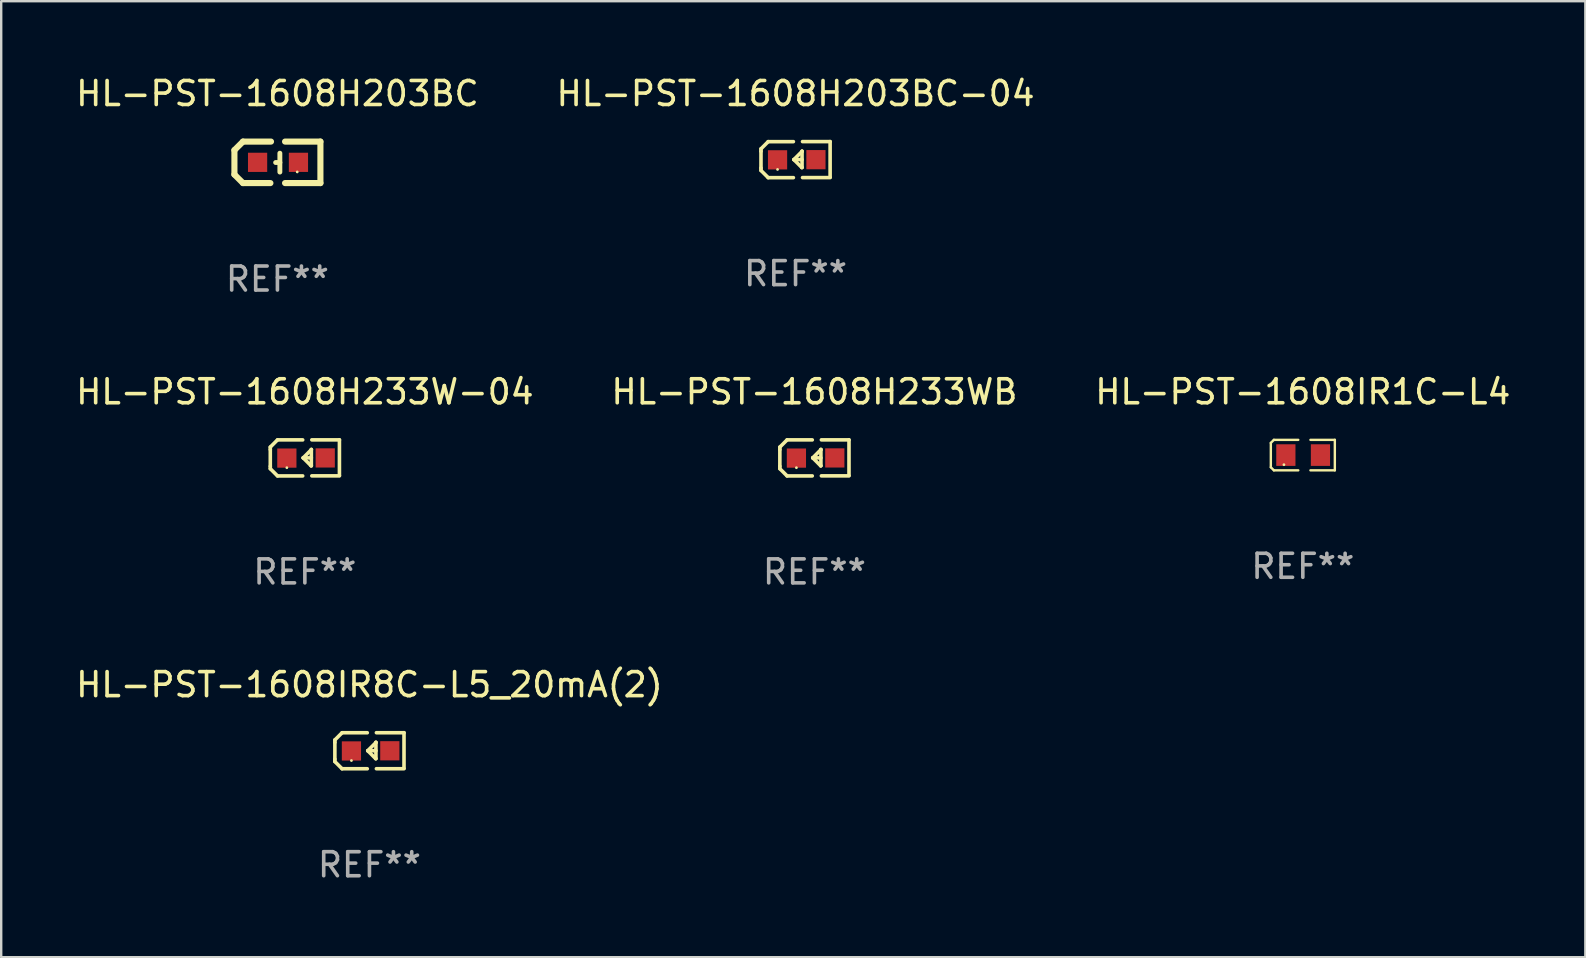
<source format=kicad_pcb>
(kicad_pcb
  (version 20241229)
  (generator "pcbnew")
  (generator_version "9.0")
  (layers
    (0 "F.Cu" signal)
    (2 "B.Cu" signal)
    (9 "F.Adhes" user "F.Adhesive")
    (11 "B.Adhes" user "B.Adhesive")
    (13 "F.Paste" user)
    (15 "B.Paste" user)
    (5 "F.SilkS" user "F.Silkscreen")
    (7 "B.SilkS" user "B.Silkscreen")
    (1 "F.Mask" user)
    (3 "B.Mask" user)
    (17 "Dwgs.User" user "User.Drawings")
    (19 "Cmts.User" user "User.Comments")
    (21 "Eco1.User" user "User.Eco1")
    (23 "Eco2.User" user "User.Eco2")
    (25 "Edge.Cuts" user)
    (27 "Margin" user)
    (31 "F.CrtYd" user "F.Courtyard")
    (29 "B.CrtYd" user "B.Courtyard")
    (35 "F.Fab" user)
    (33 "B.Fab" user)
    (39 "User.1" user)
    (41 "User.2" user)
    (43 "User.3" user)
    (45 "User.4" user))
  (footprint "HL-PST-1608IR8C-L5_20mA(2)"
    (layer "F.Cu")
    (at 12.339 28.222)
    (property "Reference" "HL-PST-1608IR8C-L5_20mA(2)" (at 0 -2.751 0) (layer "F.SilkS") (effects (font (size 1 1) (thickness 0.15))))
    (attr through_hole)
    (fp_line (start -1.44 -0.449) (end -1.14 -0.749) (stroke (width 0.15) (type solid)) (layer "F.SilkS"))
    (fp_line (start -1.44 -0.349) (end -1.44 -0.449) (stroke (width 0.15) (type solid)) (layer "F.SilkS"))
    (fp_line (start -1.44 -0.349) (end -1.44 0.351) (stroke (width 0.15) (type solid)) (layer "F.SilkS"))
    (fp_line (start -1.44 0.351) (end -1.44 0.451) (stroke (width 0.15) (type solid)) (layer "F.SilkS"))
    (fp_line (start -1.44 0.451) (end -1.14 0.751) (stroke (width 0.15) (type solid)) (layer "F.SilkS"))
    (fp_line (start -0.09 -0.749) (end -1.14 -0.749) (stroke (width 0.15) (type solid)) (layer "F.SilkS"))
    (fp_line (start -0.09 0.751) (end -1.14 0.751) (stroke (width 0.15) (type solid)) (layer "F.SilkS"))
    (fp_line (start 0.26 0.329) (end -0.07 -0.001) (stroke (width 0.15) (type solid)) (layer "F.SilkS"))
    (fp_line (start 0.27 -0.351) (end 0.27 -0.341) (stroke (width 0.15) (type solid)) (layer "F.SilkS"))
    (fp_line (start 0.27 -0.351) (end 0.27 0.329) (stroke (width 0.15) (type solid)) (layer "F.SilkS"))
    (fp_line (start 0.27 -0.341) (end -0.07 -0.001) (stroke (width 0.15) (type solid)) (layer "F.SilkS"))
    (fp_line (start 0.27 -0.001) (end -0.07 -0.001) (stroke (width 0.15) (type solid)) (layer "F.SilkS"))
    (fp_line (start 0.27 0.329) (end 0.26 0.329) (stroke (width 0.15) (type solid)) (layer "F.SilkS"))
    (fp_line (start 0.29 -0.751) (end 1.44 -0.751) (stroke (width 0.15) (type solid)) (layer "F.SilkS"))
    (fp_line (start 0.29 0.749) (end 1.44 0.749) (stroke (width 0.15) (type solid)) (layer "F.SilkS"))
    (fp_line (start 1.44 -0.751) (end 1.44 0.729) (stroke (width 0.15) (type solid)) (layer "F.SilkS"))
    (fp_circle (center -0.75 0.409) (end -0.72 0.409) (stroke (width 0.06) (type solid)) (fill no) (layer "F.SilkS"))
    (fp_text user "REF**" (at 0 4.751 0) (layer "F.Fab") (effects (font (size 1 1) (thickness 0.15))))
    (pad "1" smd rect (at -0.75 0.009 90) (size 0.8 0.8) (layers "F.Cu" "F.Mask" "F.Paste"))
    (pad "2" smd rect (at 0.849 0.002 90) (size 0.8 0.8) (layers "F.Cu" "F.Mask" "F.Paste")))
  (footprint "HL-PST-1608H203BC-04"
    (layer "F.Cu")
    (at 30.089 3.599)
    (property "Reference" "HL-PST-1608H203BC-04" (at 0 -2.751 0) (layer "F.SilkS") (effects (font (size 1 1) (thickness 0.15))))
    (attr through_hole)
    (fp_line (start -1.44 -0.449) (end -1.14 -0.749) (stroke (width 0.15) (type solid)) (layer "F.SilkS"))
    (fp_line (start -1.44 -0.349) (end -1.44 -0.449) (stroke (width 0.15) (type solid)) (layer "F.SilkS"))
    (fp_line (start -1.44 -0.349) (end -1.44 0.351) (stroke (width 0.15) (type solid)) (layer "F.SilkS"))
    (fp_line (start -1.44 0.351) (end -1.44 0.451) (stroke (width 0.15) (type solid)) (layer "F.SilkS"))
    (fp_line (start -1.44 0.451) (end -1.14 0.751) (stroke (width 0.15) (type solid)) (layer "F.SilkS"))
    (fp_line (start -0.09 -0.749) (end -1.14 -0.749) (stroke (width 0.15) (type solid)) (layer "F.SilkS"))
    (fp_line (start -0.09 0.751) (end -1.14 0.751) (stroke (width 0.15) (type solid)) (layer "F.SilkS"))
    (fp_line (start 0.26 0.329) (end -0.07 -0.001) (stroke (width 0.15) (type solid)) (layer "F.SilkS"))
    (fp_line (start 0.27 -0.351) (end 0.27 -0.341) (stroke (width 0.15) (type solid)) (layer "F.SilkS"))
    (fp_line (start 0.27 -0.351) (end 0.27 0.329) (stroke (width 0.15) (type solid)) (layer "F.SilkS"))
    (fp_line (start 0.27 -0.341) (end -0.07 -0.001) (stroke (width 0.15) (type solid)) (layer "F.SilkS"))
    (fp_line (start 0.27 -0.001) (end -0.07 -0.001) (stroke (width 0.15) (type solid)) (layer "F.SilkS"))
    (fp_line (start 0.27 0.329) (end 0.26 0.329) (stroke (width 0.15) (type solid)) (layer "F.SilkS"))
    (fp_line (start 0.29 -0.751) (end 1.44 -0.751) (stroke (width 0.15) (type solid)) (layer "F.SilkS"))
    (fp_line (start 0.29 0.749) (end 1.44 0.749) (stroke (width 0.15) (type solid)) (layer "F.SilkS"))
    (fp_line (start 1.44 -0.751) (end 1.44 0.729) (stroke (width 0.15) (type solid)) (layer "F.SilkS"))
    (fp_circle (center -0.75 0.409) (end -0.72 0.409) (stroke (width 0.06) (type solid)) (fill no) (layer "F.SilkS"))
    (fp_text user "REF**" (at 0 4.751 0) (layer "F.Fab") (effects (font (size 1 1) (thickness 0.15))))
    (pad "1" smd rect (at -0.75 0.009 90) (size 0.8 0.8) (layers "F.Cu" "F.Mask" "F.Paste"))
    (pad "2" smd rect (at 0.849 0.002 90) (size 0.8 0.8) (layers "F.Cu" "F.Mask" "F.Paste")))
  (footprint "HL-PST-1608H233W-04"
    (layer "F.Cu")
    (at 9.649 16.023)
    (property "Reference" "HL-PST-1608H233W-04" (at 0 -2.751 0) (layer "F.SilkS") (effects (font (size 1 1) (thickness 0.15))))
    (attr through_hole)
    (fp_line (start -1.44 -0.449) (end -1.14 -0.749) (stroke (width 0.15) (type solid)) (layer "F.SilkS"))
    (fp_line (start -1.44 -0.349) (end -1.44 -0.449) (stroke (width 0.15) (type solid)) (layer "F.SilkS"))
    (fp_line (start -1.44 -0.349) (end -1.44 0.351) (stroke (width 0.15) (type solid)) (layer "F.SilkS"))
    (fp_line (start -1.44 0.351) (end -1.44 0.451) (stroke (width 0.15) (type solid)) (layer "F.SilkS"))
    (fp_line (start -1.44 0.451) (end -1.14 0.751) (stroke (width 0.15) (type solid)) (layer "F.SilkS"))
    (fp_line (start -0.09 -0.749) (end -1.14 -0.749) (stroke (width 0.15) (type solid)) (layer "F.SilkS"))
    (fp_line (start -0.09 0.751) (end -1.14 0.751) (stroke (width 0.15) (type solid)) (layer "F.SilkS"))
    (fp_line (start 0.26 0.329) (end -0.07 -0.001) (stroke (width 0.15) (type solid)) (layer "F.SilkS"))
    (fp_line (start 0.27 -0.351) (end 0.27 -0.341) (stroke (width 0.15) (type solid)) (layer "F.SilkS"))
    (fp_line (start 0.27 -0.351) (end 0.27 0.329) (stroke (width 0.15) (type solid)) (layer "F.SilkS"))
    (fp_line (start 0.27 -0.341) (end -0.07 -0.001) (stroke (width 0.15) (type solid)) (layer "F.SilkS"))
    (fp_line (start 0.27 -0.001) (end -0.07 -0.001) (stroke (width 0.15) (type solid)) (layer "F.SilkS"))
    (fp_line (start 0.27 0.329) (end 0.26 0.329) (stroke (width 0.15) (type solid)) (layer "F.SilkS"))
    (fp_line (start 0.29 -0.751) (end 1.44 -0.751) (stroke (width 0.15) (type solid)) (layer "F.SilkS"))
    (fp_line (start 0.29 0.749) (end 1.44 0.749) (stroke (width 0.15) (type solid)) (layer "F.SilkS"))
    (fp_line (start 1.44 -0.751) (end 1.44 0.729) (stroke (width 0.15) (type solid)) (layer "F.SilkS"))
    (fp_circle (center -0.75 0.409) (end -0.72 0.409) (stroke (width 0.06) (type solid)) (fill no) (layer "F.SilkS"))
    (fp_text user "REF**" (at 0 4.751 0) (layer "F.Fab") (effects (font (size 1 1) (thickness 0.15))))
    (pad "1" smd rect (at -0.75 0.009 90) (size 0.8 0.8) (layers "F.Cu" "F.Mask" "F.Paste"))
    (pad "2" smd rect (at 0.849 0.002 90) (size 0.8 0.8) (layers "F.Cu" "F.Mask" "F.Paste")))
  (footprint "HL-PST-1608H203BC"
    (layer "F.Cu")
    (at 8.506 3.712)
    (property "Reference" "HL-PST-1608H203BC" (at 0 -2.864 0) (layer "F.SilkS") (effects (font (size 1 1) (thickness 0.15))))
    (attr through_hole)
    (fp_line (start -1.791 -0.508) (end -1.435 -0.864) (stroke (width 0.254) (type solid)) (layer "F.SilkS"))
    (fp_line (start -1.791 0.508) (end -1.791 -0.508) (stroke (width 0.254) (type solid)) (layer "F.SilkS"))
    (fp_line (start -1.435 0.864) (end -1.791 0.508) (stroke (width 0.254) (type solid)) (layer "F.SilkS"))
    (fp_line (start -0.292 0.864) (end -1.435 0.864) (stroke (width 0.254) (type solid)) (layer "F.SilkS"))
    (fp_line (start -0.267 -0.864) (end -1.435 -0.864) (stroke (width 0.254) (type solid)) (layer "F.SilkS"))
    (fp_line (start 0.102 0.008) (end -0.074 0.008) (stroke (width 0.203) (type solid)) (layer "F.SilkS"))
    (fp_line (start 0.102 0.406) (end 0.102 -0.381) (stroke (width 0.203) (type solid)) (layer "F.SilkS"))
    (fp_line (start 1.791 -0.864) (end 0.318 -0.864) (stroke (width 0.254) (type solid)) (layer "F.SilkS"))
    (fp_line (start 1.791 0.864) (end 0.318 0.864) (stroke (width 0.254) (type solid)) (layer "F.SilkS"))
    (fp_line (start 1.791 0.864) (end 1.791 -0.864) (stroke (width 0.254) (type solid)) (layer "F.SilkS"))
    (fp_circle (center 0.825 0.4) (end 0.855 0.4) (stroke (width 0.06) (type solid)) (fill no) (layer "F.SilkS"))
    (fp_text user "REF**" (at 0 4.864 0) (layer "F.Fab") (effects (font (size 1 1) (thickness 0.15))))
    (pad "1" smd rect (at 0.876 0 90) (size 0.8 0.8) (layers "F.Cu" "F.Mask" "F.Paste"))
    (pad "2" smd rect (at -0.826 0 90) (size 0.8 0.8) (layers "F.Cu" "F.Mask" "F.Paste")))
  (footprint "HL-PST-1608H233WB"
    (layer "F.Cu")
    (at 30.875 16.023)
    (property "Reference" "HL-PST-1608H233WB" (at 0 -2.751 0) (layer "F.SilkS") (effects (font (size 1 1) (thickness 0.15))))
    (attr through_hole)
    (fp_line (start -1.44 -0.449) (end -1.14 -0.749) (stroke (width 0.15) (type solid)) (layer "F.SilkS"))
    (fp_line (start -1.44 -0.349) (end -1.44 -0.449) (stroke (width 0.15) (type solid)) (layer "F.SilkS"))
    (fp_line (start -1.44 -0.349) (end -1.44 0.351) (stroke (width 0.15) (type solid)) (layer "F.SilkS"))
    (fp_line (start -1.44 0.351) (end -1.44 0.451) (stroke (width 0.15) (type solid)) (layer "F.SilkS"))
    (fp_line (start -1.44 0.451) (end -1.14 0.751) (stroke (width 0.15) (type solid)) (layer "F.SilkS"))
    (fp_line (start -0.09 -0.749) (end -1.14 -0.749) (stroke (width 0.15) (type solid)) (layer "F.SilkS"))
    (fp_line (start -0.09 0.751) (end -1.14 0.751) (stroke (width 0.15) (type solid)) (layer "F.SilkS"))
    (fp_line (start 0.26 0.329) (end -0.07 -0.001) (stroke (width 0.15) (type solid)) (layer "F.SilkS"))
    (fp_line (start 0.27 -0.351) (end 0.27 -0.341) (stroke (width 0.15) (type solid)) (layer "F.SilkS"))
    (fp_line (start 0.27 -0.351) (end 0.27 0.329) (stroke (width 0.15) (type solid)) (layer "F.SilkS"))
    (fp_line (start 0.27 -0.341) (end -0.07 -0.001) (stroke (width 0.15) (type solid)) (layer "F.SilkS"))
    (fp_line (start 0.27 -0.001) (end -0.07 -0.001) (stroke (width 0.15) (type solid)) (layer "F.SilkS"))
    (fp_line (start 0.27 0.329) (end 0.26 0.329) (stroke (width 0.15) (type solid)) (layer "F.SilkS"))
    (fp_line (start 0.29 -0.751) (end 1.44 -0.751) (stroke (width 0.15) (type solid)) (layer "F.SilkS"))
    (fp_line (start 0.29 0.749) (end 1.44 0.749) (stroke (width 0.15) (type solid)) (layer "F.SilkS"))
    (fp_line (start 1.44 -0.751) (end 1.44 0.729) (stroke (width 0.15) (type solid)) (layer "F.SilkS"))
    (fp_circle (center -0.75 0.409) (end -0.72 0.409) (stroke (width 0.06) (type solid)) (fill no) (layer "F.SilkS"))
    (fp_text user "REF**" (at 0 4.751 0) (layer "F.Fab") (effects (font (size 1 1) (thickness 0.15))))
    (pad "1" smd rect (at -0.75 0.009 90) (size 0.8 0.8) (layers "F.Cu" "F.Mask" "F.Paste"))
    (pad "2" smd rect (at 0.849 0.002 90) (size 0.8 0.8) (layers "F.Cu" "F.Mask" "F.Paste")))
  (footprint "HL-PST-1608IR1C-L4"
    (layer "F.Cu")
    (at 51.22 15.907)
    (property "Reference" "HL-PST-1608IR1C-L4" (at 0 -2.635 0) (layer "F.SilkS") (effects (font (size 1 1) (thickness 0.15))))
    (attr through_hole)
    (fp_line (start -1.333 -0.508) (end -1.333 0.508) (stroke (width 0.1) (type solid)) (layer "F.SilkS"))
    (fp_line (start -1.333 0.508) (end -1.206 0.635) (stroke (width 0.1) (type solid)) (layer "F.SilkS"))
    (fp_line (start -1.206 -0.635) (end -1.333 -0.508) (stroke (width 0.1) (type solid)) (layer "F.SilkS"))
    (fp_line (start -1.206 0.635) (end -0.19 0.635) (stroke (width 0.1) (type solid)) (layer "F.SilkS"))
    (fp_line (start -0.19 -0.635) (end -1.206 -0.635) (stroke (width 0.1) (type solid)) (layer "F.SilkS"))
    (fp_line (start 0.317 -0.635) (end 1.333 -0.635) (stroke (width 0.1) (type solid)) (layer "F.SilkS"))
    (fp_line (start 1.333 -0.635) (end 1.333 0.635) (stroke (width 0.1) (type solid)) (layer "F.SilkS"))
    (fp_line (start 1.333 0.635) (end 0.317 0.635) (stroke (width 0.1) (type solid)) (layer "F.SilkS"))
    (fp_circle (center -0.787 0.4) (end -0.757 0.4) (stroke (width 0.06) (type solid)) (fill no) (layer "F.SilkS"))
    (fp_text user "REF**" (at 0 4.635 0) (layer "F.Fab") (effects (font (size 1 1) (thickness 0.15))))
    (pad "1" smd rect (at -0.707 0) (size 0.8 0.9) (layers "F.Cu" "F.Mask" "F.Paste"))
    (pad "2" smd rect (at 0.734 0) (size 0.8 0.9) (layers "F.Cu" "F.Mask" "F.Paste")))
  (gr_rect
    (start -3 -3)
    (end 62.988 36.822)
    (stroke (width 0.1) (type default))
    (fill no)
    (layer "Edge.Cuts")))
</source>
